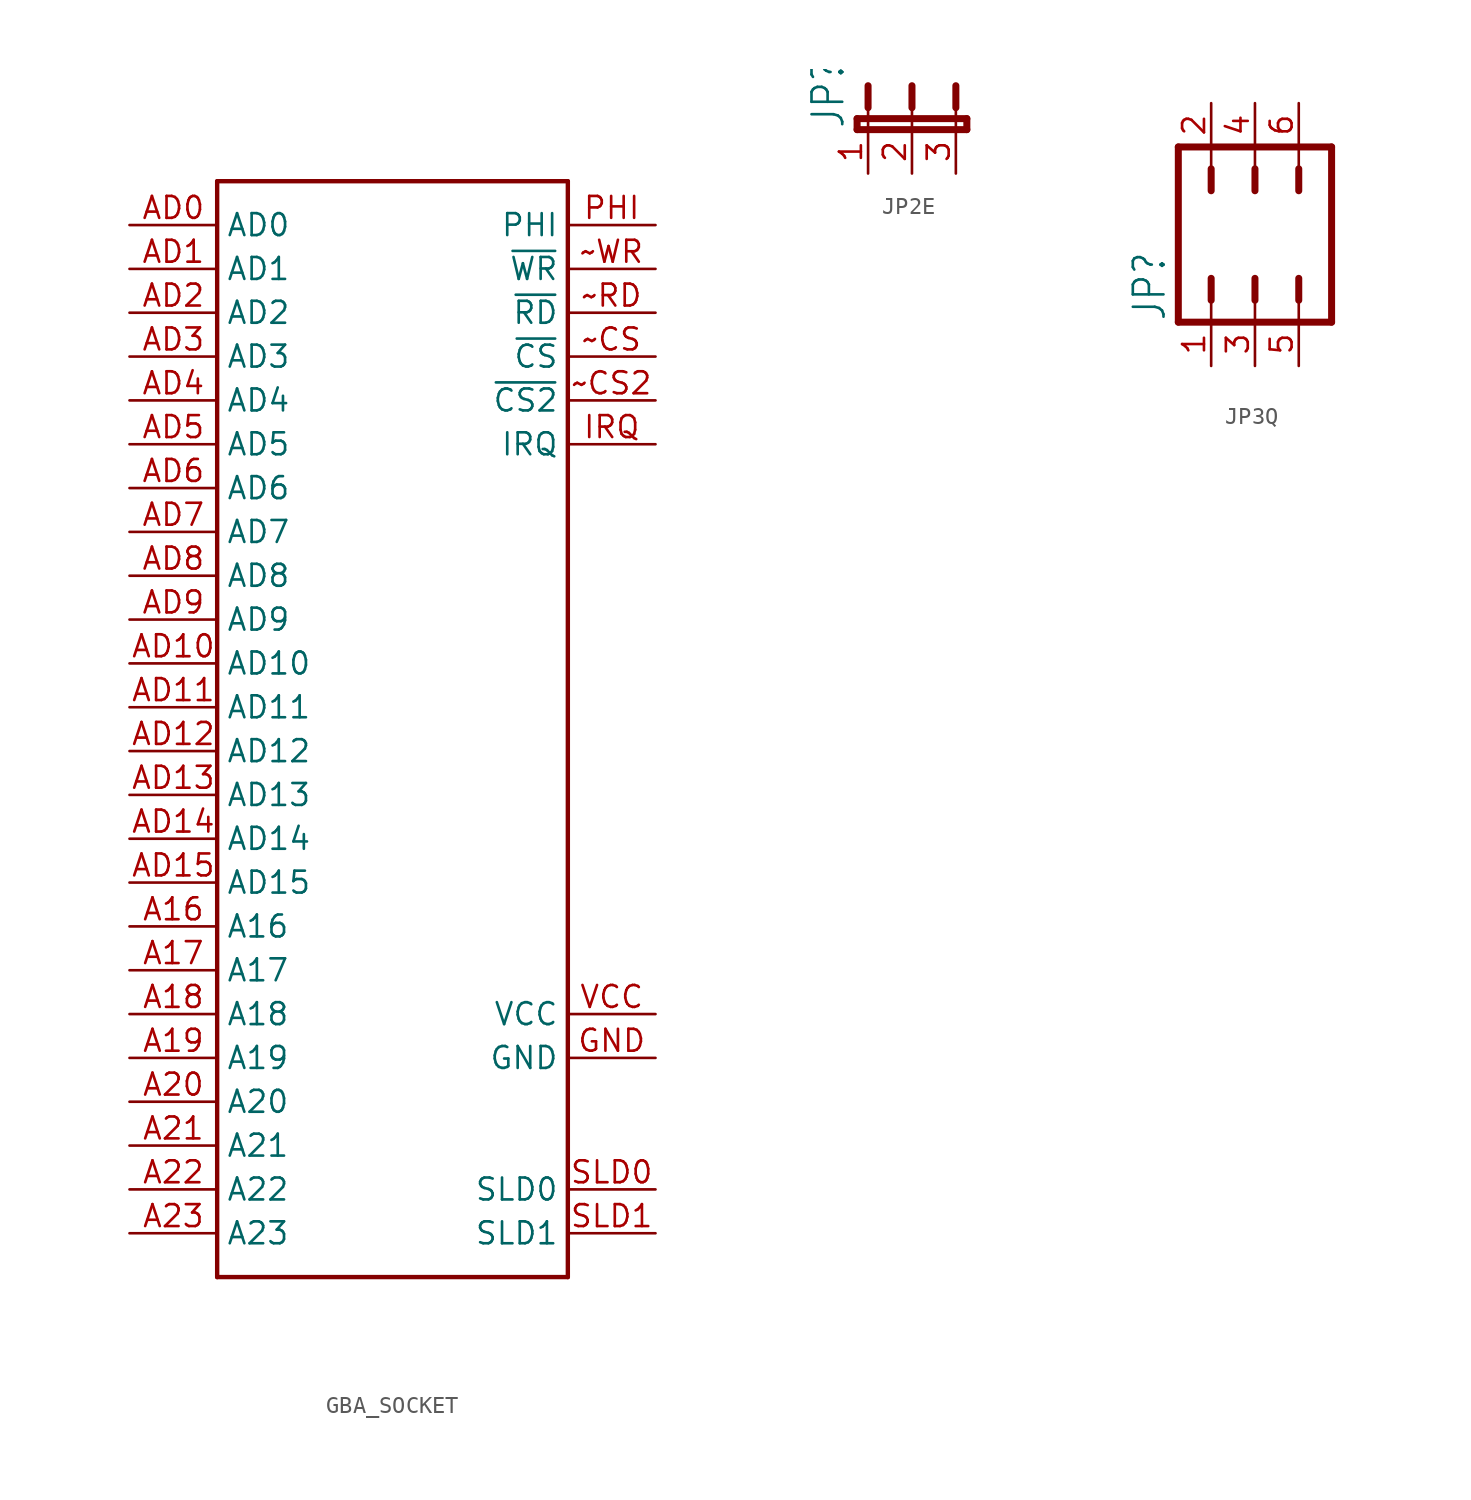
<source format=kicad_sym>
(kicad_symbol_lib
  (version 20220914)
  (generator kicad_symbol_editor)
  (symbol "GBA_SOCKET"
    (property "Reference" ""
      (at 0 0 0)
      (effects (font (size 1.27 1.27)) hide))
    (property "ki_locked" ""
      (at 0 0 0)
      (effects (font (size 1.27 1.27))))
    (symbol "GBA_SOCKET_1_0"
      (polyline (pts (xy -10.16 -30.48) (xy -10.16 33.02)) (stroke (width 0.254) (type solid)) (fill (type none)))
      (polyline (pts (xy -10.16 33.02) (xy 10.16 33.02)) (stroke (width 0.254) (type solid)) (fill (type none)))
      (polyline (pts (xy 10.16 -30.48) (xy -10.16 -30.48)) (stroke (width 0.254) (type solid)) (fill (type none)))
      (polyline (pts (xy 10.16 33.02) (xy 10.16 -30.48)) (stroke (width 0.254) (type solid)) (fill (type none)))
      (pin bidirectional line (at -15.24 -10.16 0) (length 5.08) (name "A16" (effects (font (size 1.27 1.27)))) (number "A16" (effects (font (size 1.27 1.27)))))
      (pin bidirectional line (at -15.24 -12.7 0) (length 5.08) (name "A17" (effects (font (size 1.27 1.27)))) (number "A17" (effects (font (size 1.27 1.27)))))
      (pin bidirectional line (at -15.24 -15.24 0) (length 5.08) (name "A18" (effects (font (size 1.27 1.27)))) (number "A18" (effects (font (size 1.27 1.27)))))
      (pin bidirectional line (at -15.24 -17.78 0) (length 5.08) (name "A19" (effects (font (size 1.27 1.27)))) (number "A19" (effects (font (size 1.27 1.27)))))
      (pin bidirectional line (at -15.24 -20.32 0) (length 5.08) (name "A20" (effects (font (size 1.27 1.27)))) (number "A20" (effects (font (size 1.27 1.27)))))
      (pin bidirectional line (at -15.24 -22.86 0) (length 5.08) (name "A21" (effects (font (size 1.27 1.27)))) (number "A21" (effects (font (size 1.27 1.27)))))
      (pin bidirectional line (at -15.24 -25.4 0) (length 5.08) (name "A22" (effects (font (size 1.27 1.27)))) (number "A22" (effects (font (size 1.27 1.27)))))
      (pin bidirectional line (at -15.24 -27.94 0) (length 5.08) (name "A23" (effects (font (size 1.27 1.27)))) (number "A23" (effects (font (size 1.27 1.27)))))
      (pin bidirectional line (at -15.24 30.48 0) (length 5.08) (name "AD0" (effects (font (size 1.27 1.27)))) (number "AD0" (effects (font (size 1.27 1.27)))))
      (pin bidirectional line (at -15.24 27.94 0) (length 5.08) (name "AD1" (effects (font (size 1.27 1.27)))) (number "AD1" (effects (font (size 1.27 1.27)))))
      (pin bidirectional line (at -15.24 5.08 0) (length 5.08) (name "AD10" (effects (font (size 1.27 1.27)))) (number "AD10" (effects (font (size 1.27 1.27)))))
      (pin bidirectional line (at -15.24 2.54 0) (length 5.08) (name "AD11" (effects (font (size 1.27 1.27)))) (number "AD11" (effects (font (size 1.27 1.27)))))
      (pin bidirectional line (at -15.24 0 0) (length 5.08) (name "AD12" (effects (font (size 1.27 1.27)))) (number "AD12" (effects (font (size 1.27 1.27)))))
      (pin bidirectional line (at -15.24 -2.54 0) (length 5.08) (name "AD13" (effects (font (size 1.27 1.27)))) (number "AD13" (effects (font (size 1.27 1.27)))))
      (pin bidirectional line (at -15.24 -5.08 0) (length 5.08) (name "AD14" (effects (font (size 1.27 1.27)))) (number "AD14" (effects (font (size 1.27 1.27)))))
      (pin bidirectional line (at -15.24 -7.62 0) (length 5.08) (name "AD15" (effects (font (size 1.27 1.27)))) (number "AD15" (effects (font (size 1.27 1.27)))))
      (pin bidirectional line (at -15.24 25.4 0) (length 5.08) (name "AD2" (effects (font (size 1.27 1.27)))) (number "AD2" (effects (font (size 1.27 1.27)))))
      (pin bidirectional line (at -15.24 22.86 0) (length 5.08) (name "AD3" (effects (font (size 1.27 1.27)))) (number "AD3" (effects (font (size 1.27 1.27)))))
      (pin bidirectional line (at -15.24 20.32 0) (length 5.08) (name "AD4" (effects (font (size 1.27 1.27)))) (number "AD4" (effects (font (size 1.27 1.27)))))
      (pin bidirectional line (at -15.24 17.78 0) (length 5.08) (name "AD5" (effects (font (size 1.27 1.27)))) (number "AD5" (effects (font (size 1.27 1.27)))))
      (pin bidirectional line (at -15.24 15.24 0) (length 5.08) (name "AD6" (effects (font (size 1.27 1.27)))) (number "AD6" (effects (font (size 1.27 1.27)))))
      (pin bidirectional line (at -15.24 12.7 0) (length 5.08) (name "AD7" (effects (font (size 1.27 1.27)))) (number "AD7" (effects (font (size 1.27 1.27)))))
      (pin bidirectional line (at -15.24 10.16 0) (length 5.08) (name "AD8" (effects (font (size 1.27 1.27)))) (number "AD8" (effects (font (size 1.27 1.27)))))
      (pin bidirectional line (at -15.24 7.62 0) (length 5.08) (name "AD9" (effects (font (size 1.27 1.27)))) (number "AD9" (effects (font (size 1.27 1.27)))))
      (pin bidirectional line (at 15.24 -17.78 180) (length 5.08) (name "GND" (effects (font (size 1.27 1.27)))) (number "GND" (effects (font (size 1.27 1.27)))))
      (pin bidirectional line (at 15.24 17.78 180) (length 5.08) (name "IRQ" (effects (font (size 1.27 1.27)))) (number "IRQ" (effects (font (size 1.27 1.27)))))
      (pin bidirectional line (at 15.24 30.48 180) (length 5.08) (name "PHI" (effects (font (size 1.27 1.27)))) (number "PHI" (effects (font (size 1.27 1.27)))))
      (pin bidirectional line (at 15.24 -25.4 180) (length 5.08) (name "SLD0" (effects (font (size 1.27 1.27)))) (number "SLD0" (effects (font (size 1.27 1.27)))))
      (pin bidirectional line (at 15.24 -27.94 180) (length 5.08) (name "SLD1" (effects (font (size 1.27 1.27)))) (number "SLD1" (effects (font (size 1.27 1.27)))))
      (pin bidirectional line (at 15.24 -15.24 180) (length 5.08) (name "VCC" (effects (font (size 1.27 1.27)))) (number "VCC" (effects (font (size 1.27 1.27)))))
      (pin bidirectional line (at 15.24 22.86 180) (length 5.08) (name "~{CS}" (effects (font (size 1.27 1.27)))) (number "~CS" (effects (font (size 1.27 1.27)))))
      (pin bidirectional line (at 15.24 20.32 180) (length 5.08) (name "~{CS2}" (effects (font (size 1.27 1.27)))) (number "~CS2" (effects (font (size 1.27 1.27)))))
      (pin bidirectional line (at 15.24 25.4 180) (length 5.08) (name "~{RD}" (effects (font (size 1.27 1.27)))) (number "~RD" (effects (font (size 1.27 1.27)))))
      (pin bidirectional line (at 15.24 27.94 180) (length 5.08) (name "~{WR}" (effects (font (size 1.27 1.27)))) (number "~WR" (effects (font (size 1.27 1.27)))))))
  (symbol "JP2E"
    (property "Reference" "JP"
      (at -3.81 0 90)
      (effects (font (size 1.778 1.511)) (justify left bottom)))
    (property "Value" ""
      (at 5.715 0 90)
      (effects (font (size 1.778 1.511)) (justify left bottom)))
    (property "ki_locked" ""
      (at 0 0 0)
      (effects (font (size 1.27 1.27))))
    (symbol "JP2E_1_0"
      (polyline (pts (xy -3.175 0) (xy 3.175 0)) (stroke (width 0.406) (type solid)) (fill (type none)))
      (polyline (pts (xy -3.175 0.635) (xy -3.175 0)) (stroke (width 0.406) (type solid)) (fill (type none)))
      (polyline (pts (xy -2.54 0) (xy -2.54 1.27)) (stroke (width 0.152) (type solid)) (fill (type none)))
      (polyline (pts (xy -2.54 2.54) (xy -2.54 1.27)) (stroke (width 0.406) (type solid)) (fill (type none)))
      (polyline (pts (xy 0 0) (xy 0 1.27)) (stroke (width 0.152) (type solid)) (fill (type none)))
      (polyline (pts (xy 0 2.54) (xy 0 1.27)) (stroke (width 0.406) (type solid)) (fill (type none)))
      (polyline (pts (xy 2.54 0) (xy 2.54 1.27)) (stroke (width 0.152) (type solid)) (fill (type none)))
      (polyline (pts (xy 2.54 2.54) (xy 2.54 1.27)) (stroke (width 0.406) (type solid)) (fill (type none)))
      (polyline (pts (xy 3.175 0) (xy 3.175 0.635)) (stroke (width 0.406) (type solid)) (fill (type none)))
      (polyline (pts (xy 3.175 0.635) (xy -3.175 0.635)) (stroke (width 0.406) (type solid)) (fill (type none)))
      (pin passive line (at -2.54 -2.54 90) (length 2.54) (name "1" (effects (font (size 0 0)))) (number "1" (effects (font (size 1.27 1.27)))))
      (pin passive line (at 0 -2.54 90) (length 2.54) (name "2" (effects (font (size 0 0)))) (number "2" (effects (font (size 1.27 1.27)))))
      (pin passive line (at 2.54 -2.54 90) (length 2.54) (name "3" (effects (font (size 0 0)))) (number "3" (effects (font (size 1.27 1.27)))))))
  (symbol "JP3Q"
    (property "Reference" "JP"
      (at -5.08 -5.08 90)
      (effects (font (size 1.778 1.511)) (justify left bottom)))
    (property "Value" ""
      (at 6.985 -5.08 90)
      (effects (font (size 1.778 1.511)) (justify left bottom)))
    (property "ki_locked" ""
      (at 0 0 0)
      (effects (font (size 1.27 1.27))))
    (symbol "JP3Q_1_0"
      (polyline (pts (xy -4.445 -5.08) (xy -4.445 5.08)) (stroke (width 0.406) (type solid)) (fill (type none)))
      (polyline (pts (xy -4.445 5.08) (xy 4.445 5.08)) (stroke (width 0.406) (type solid)) (fill (type none)))
      (polyline (pts (xy -2.54 -3.81) (xy -2.54 -5.08)) (stroke (width 0.152) (type solid)) (fill (type none)))
      (polyline (pts (xy -2.54 -2.54) (xy -2.54 -3.81)) (stroke (width 0.406) (type solid)) (fill (type none)))
      (polyline (pts (xy -2.54 2.54) (xy -2.54 3.81)) (stroke (width 0.406) (type solid)) (fill (type none)))
      (polyline (pts (xy -2.54 3.81) (xy -2.54 5.08)) (stroke (width 0.152) (type solid)) (fill (type none)))
      (polyline (pts (xy 0 -3.81) (xy 0 -5.08)) (stroke (width 0.152) (type solid)) (fill (type none)))
      (polyline (pts (xy 0 -2.54) (xy 0 -3.81)) (stroke (width 0.406) (type solid)) (fill (type none)))
      (polyline (pts (xy 0 2.54) (xy 0 3.81)) (stroke (width 0.406) (type solid)) (fill (type none)))
      (polyline (pts (xy 0 3.81) (xy 0 5.08)) (stroke (width 0.152) (type solid)) (fill (type none)))
      (polyline (pts (xy 2.54 -3.81) (xy 2.54 -5.08)) (stroke (width 0.152) (type solid)) (fill (type none)))
      (polyline (pts (xy 2.54 -2.54) (xy 2.54 -3.81)) (stroke (width 0.406) (type solid)) (fill (type none)))
      (polyline (pts (xy 2.54 2.54) (xy 2.54 3.81)) (stroke (width 0.406) (type solid)) (fill (type none)))
      (polyline (pts (xy 2.54 3.81) (xy 2.54 5.08)) (stroke (width 0.152) (type solid)) (fill (type none)))
      (polyline (pts (xy 4.445 -5.08) (xy -4.445 -5.08)) (stroke (width 0.406) (type solid)) (fill (type none)))
      (polyline (pts (xy 4.445 5.08) (xy 4.445 -5.08)) (stroke (width 0.406) (type solid)) (fill (type none)))
      (pin passive line (at -2.54 -7.62 90) (length 2.54) (name "1" (effects (font (size 0 0)))) (number "1" (effects (font (size 1.27 1.27)))))
      (pin passive line (at -2.54 7.62 270) (length 2.54) (name "2" (effects (font (size 0 0)))) (number "2" (effects (font (size 1.27 1.27)))))
      (pin passive line (at 0 -7.62 90) (length 2.54) (name "3" (effects (font (size 0 0)))) (number "3" (effects (font (size 1.27 1.27)))))
      (pin passive line (at 0 7.62 270) (length 2.54) (name "4" (effects (font (size 0 0)))) (number "4" (effects (font (size 1.27 1.27)))))
      (pin passive line (at 2.54 -7.62 90) (length 2.54) (name "5" (effects (font (size 0 0)))) (number "5" (effects (font (size 1.27 1.27)))))
      (pin passive line (at 2.54 7.62 270) (length 2.54) (name "6" (effects (font (size 0 0)))) (number "6" (effects (font (size 1.27 1.27))))))))
</source>
